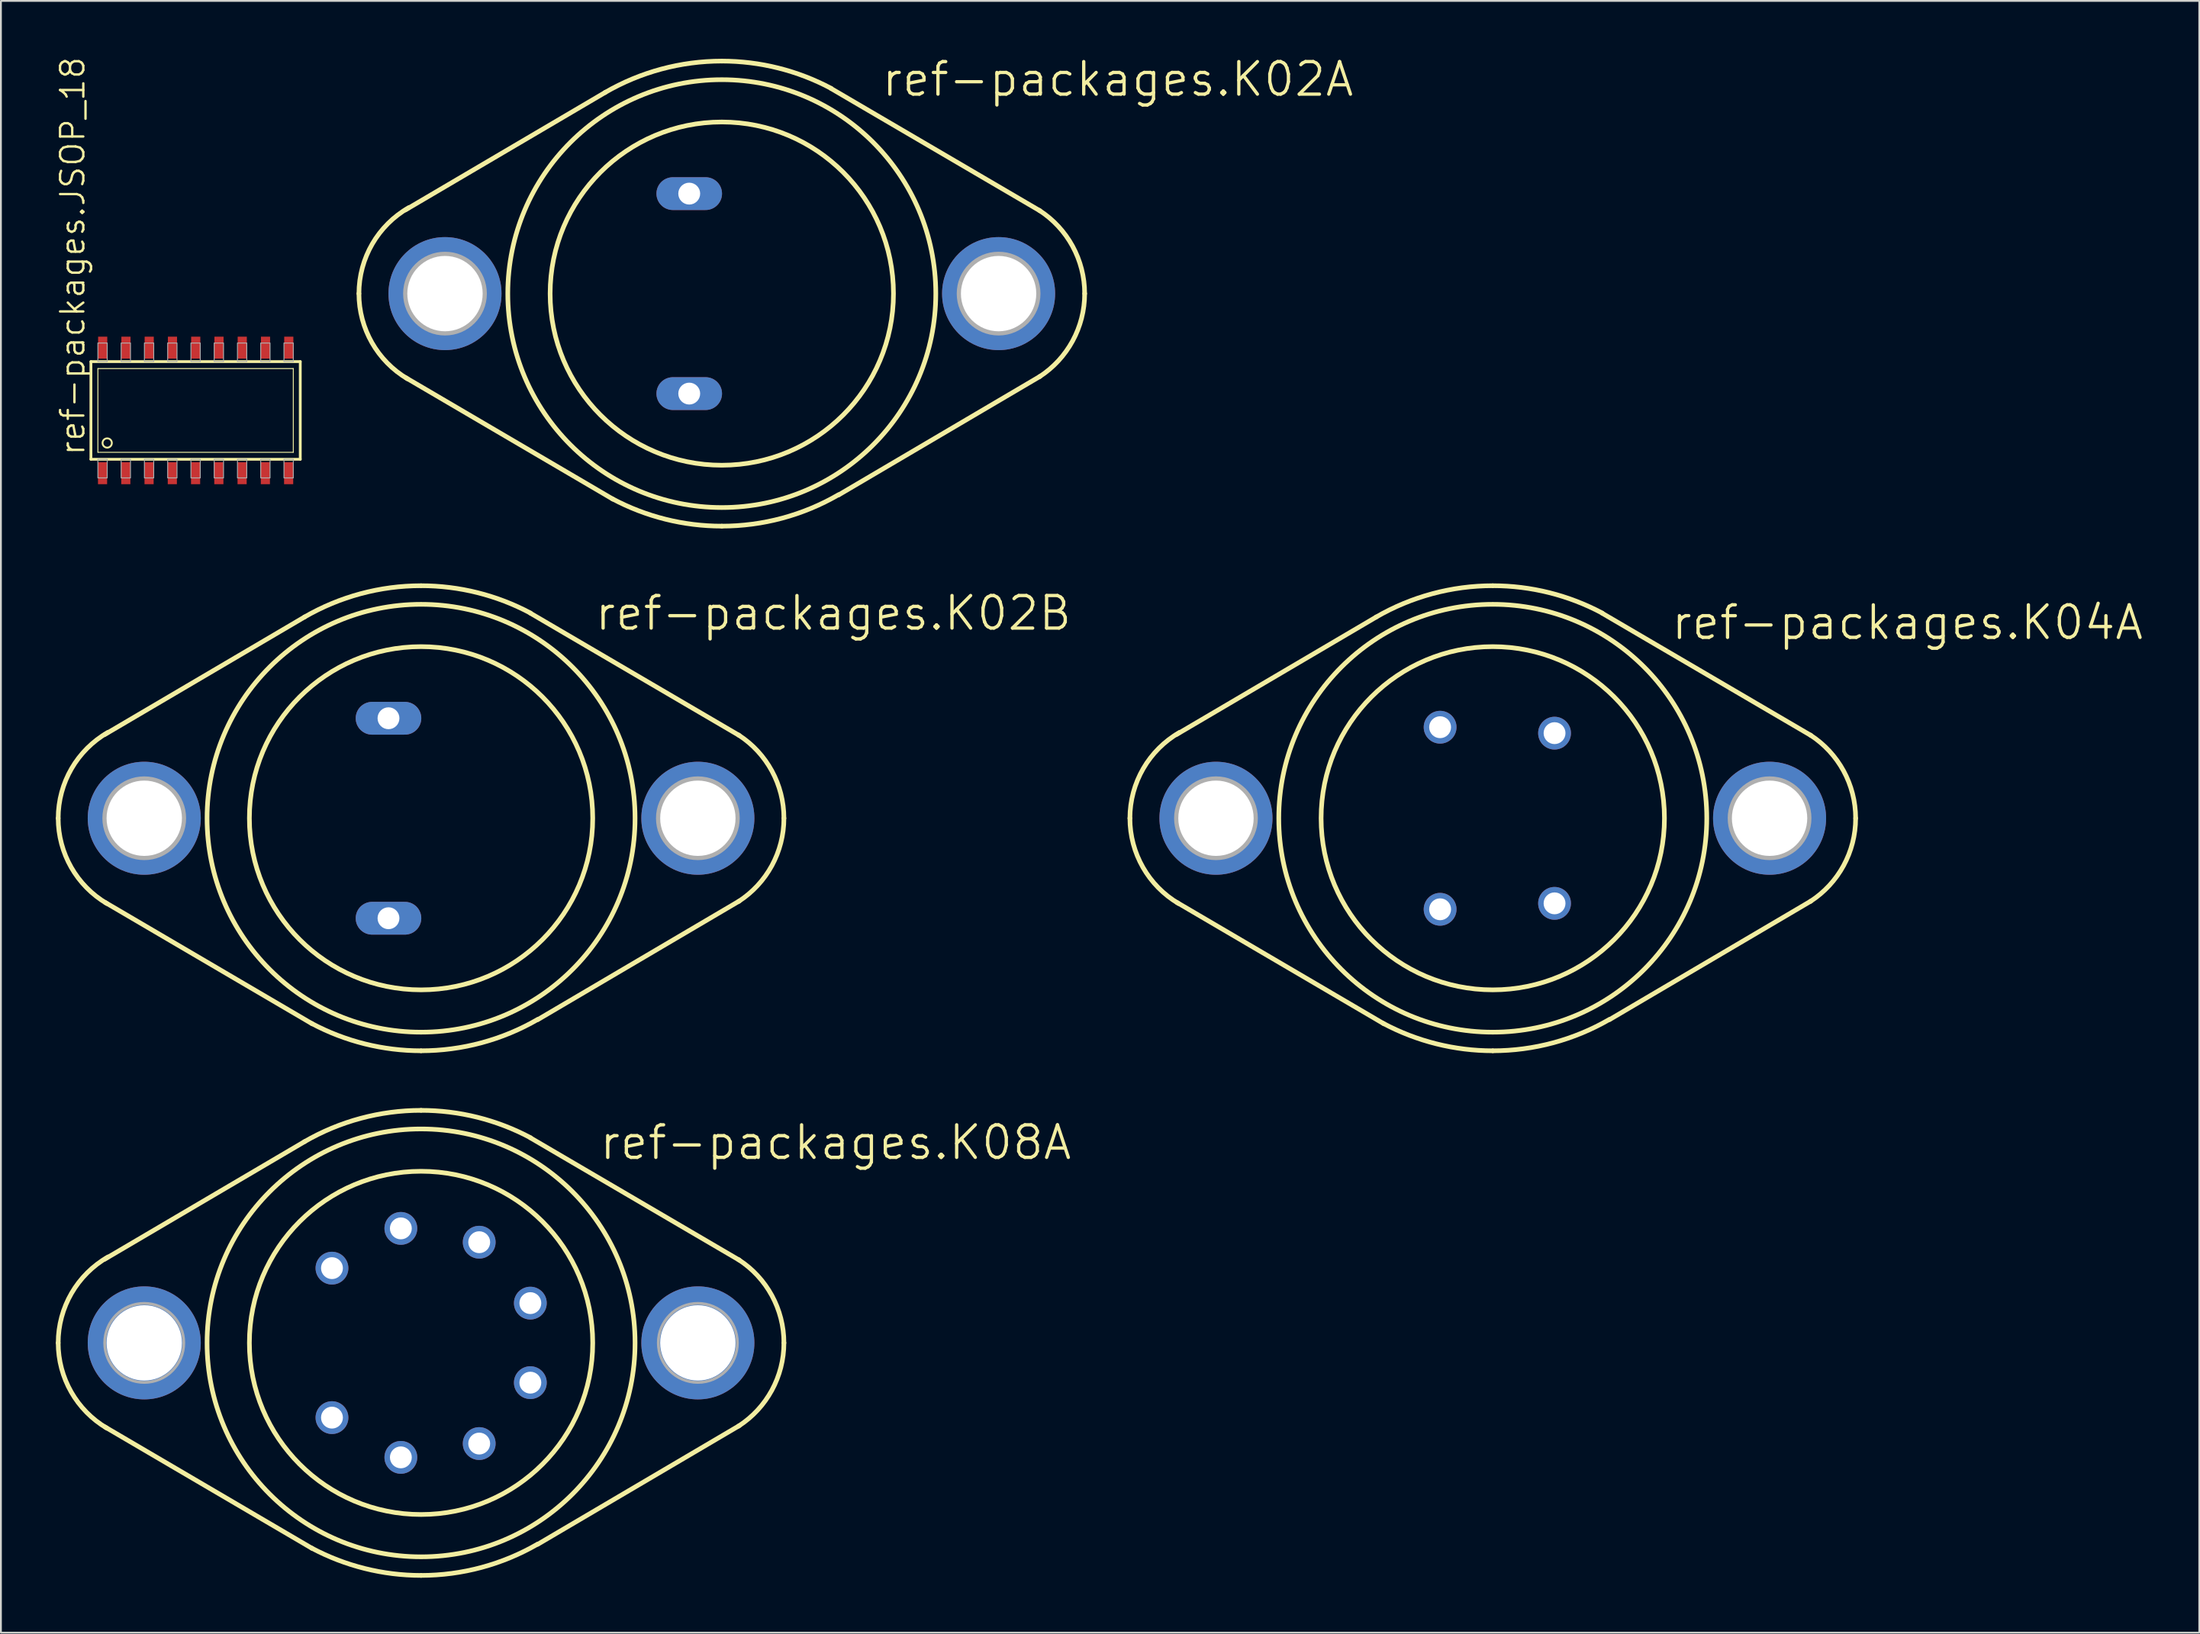
<source format=kicad_pcb>
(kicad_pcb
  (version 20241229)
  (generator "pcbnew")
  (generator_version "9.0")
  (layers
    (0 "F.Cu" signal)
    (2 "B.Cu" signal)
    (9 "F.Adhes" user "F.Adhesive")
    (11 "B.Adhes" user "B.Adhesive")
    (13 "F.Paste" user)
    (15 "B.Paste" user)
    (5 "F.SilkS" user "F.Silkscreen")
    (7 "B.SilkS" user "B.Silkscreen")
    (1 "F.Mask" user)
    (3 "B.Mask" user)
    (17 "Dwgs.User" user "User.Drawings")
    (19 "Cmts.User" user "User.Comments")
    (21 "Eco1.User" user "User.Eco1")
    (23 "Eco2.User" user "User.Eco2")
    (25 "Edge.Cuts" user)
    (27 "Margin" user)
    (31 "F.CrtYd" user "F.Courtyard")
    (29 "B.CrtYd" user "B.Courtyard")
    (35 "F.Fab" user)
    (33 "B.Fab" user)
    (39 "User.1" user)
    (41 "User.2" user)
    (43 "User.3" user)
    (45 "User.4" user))
  (footprint "ref-packages.K04A"
    (layer "F.Cu")
    (at 78.453 41.64)
    (property "Reference" "ref-packages.K04A" (at 9.652 -9.652 0) (layer "F.SilkS") (effects (font (size 1.778 1.778) (thickness 0.18)) (justify left bottom)))
    (attr through_hole)
    (fp_line (start -6.35 -10.998) (end -17.272 -4.572) (stroke (width 0.254) (type default)) (layer "F.SilkS"))
    (fp_line (start -5.944 11.227) (end -17.247 4.597) (stroke (width 0.254) (type default)) (layer "F.SilkS"))
    (fp_line (start 5.969 -11.201) (end 17.374 -4.521) (stroke (width 0.254) (type default)) (layer "F.SilkS"))
    (fp_line (start 6.375 10.998) (end 17.374 4.521) (stroke (width 0.254) (type default)) (layer "F.SilkS"))
    (fp_arc (start -19.812 0) (mid -19.08306 -2.712168) (end -17.0927 -4.6935) (stroke (width 0.254) (type default)) (layer "F.SilkS"))
    (fp_arc (start -17.1555 4.657) (mid -19.101186 2.680705) (end -19.812 0) (stroke (width 0.254) (type default)) (layer "F.SilkS"))
    (fp_arc (start -6.3718 -10.9859) (mid -3.299165 -12.263989) (end 0 -12.7) (stroke (width 0.254) (type default)) (layer "F.SilkS"))
    (fp_arc (start 0 -12.7) (mid 3.080216 -12.320822) (end 5.9765 -11.2059) (stroke (width 0.254) (type default)) (layer "F.SilkS"))
    (fp_arc (start 0 12.7) (mid -3.080216 12.320822) (end -5.9765 11.2059) (stroke (width 0.254) (type default)) (layer "F.SilkS"))
    (fp_arc (start 6.3718 10.9859) (mid 3.299165 12.263989) (end 0 12.7) (stroke (width 0.254) (type default)) (layer "F.SilkS"))
    (fp_arc (start 17.3366 -4.545) (mid 19.153012 -2.587691) (end 19.812 0) (stroke (width 0.254) (type default)) (layer "F.SilkS"))
    (fp_arc (start 19.812 0) (mid 19.153012 2.587691) (end 17.3366 4.545) (stroke (width 0.254) (type default)) (layer "F.SilkS"))
    (fp_circle (center 0 0) (end 9.373 0) (stroke (width 0.254) (type default)) (fill no) (layer "F.SilkS"))
    (fp_circle (center 0 0) (end 11.684 0) (stroke (width 0.254) (type default)) (fill no) (layer "F.SilkS"))
    (fp_circle (center -15.113 0) (end -12.954 0) (stroke (width 0.254) (type default)) (fill no) (layer "F.Fab"))
    (fp_circle (center 15.113 0) (end 17.272 0) (stroke (width 0.254) (type default)) (fill no) (layer "F.Fab"))
    (pad "1" thru_hole circle (at -2.875 4.972) (size 1.791 1.791) (drill 1.194) (layers "*.Cu" "*.Mask"))
    (pad "2" thru_hole circle (at 3.373 4.648) (size 1.791 1.791) (drill 1.194) (layers "*.Cu" "*.Mask"))
    (pad "3" thru_hole circle (at 3.373 -4.648) (size 1.791 1.791) (drill 1.194) (layers "*.Cu" "*.Mask"))
    (pad "4" thru_hole circle (at -2.875 -4.972) (size 1.791 1.791) (drill 1.194) (layers "*.Cu" "*.Mask"))
    (pad "5" thru_hole circle (at 15.113 0) (size 6.172 6.172) (drill 4.115) (layers "*.Cu" "*.Mask"))
    (pad "5/" thru_hole circle (at -15.113 0) (size 6.172 6.172) (drill 4.115) (layers "*.Cu" "*.Mask")))
  (footprint "ref-packages.JSOP_18"
    (layer "F.Cu")
    (at 7.629 19.367)
    (property "Reference" "ref-packages.JSOP_18" (at -5.969 2.54 90) (layer "F.SilkS") (effects (font (size 1.27 1.27) (thickness 0.13)) (justify left bottom)))
    (attr smd)
    (fp_line (start -5.715 -2.667) (end 5.715 -2.667) (stroke (width 0.152) (type default)) (layer "F.SilkS"))
    (fp_line (start -5.715 2.667) (end -5.715 -2.667) (stroke (width 0.152) (type default)) (layer "F.SilkS"))
    (fp_line (start -5.334 -2.286) (end 5.334 -2.286) (stroke (width 0.051) (type default)) (layer "F.SilkS"))
    (fp_line (start -5.334 2.286) (end -5.334 -2.286) (stroke (width 0.051) (type default)) (layer "F.SilkS"))
    (fp_line (start 5.334 -2.286) (end 5.334 2.286) (stroke (width 0.051) (type default)) (layer "F.SilkS"))
    (fp_line (start 5.334 2.286) (end -5.334 2.286) (stroke (width 0.051) (type default)) (layer "F.SilkS"))
    (fp_line (start 5.715 -2.667) (end 5.715 2.667) (stroke (width 0.152) (type default)) (layer "F.SilkS"))
    (fp_line (start 5.715 2.667) (end -5.715 2.667) (stroke (width 0.152) (type default)) (layer "F.SilkS"))
    (fp_circle (center -4.826 1.778) (end -4.572 1.778) (stroke (width 0.1) (type default)) (fill no) (layer "F.SilkS"))
    (fp_rect (start -5.334 -2.667) (end -4.826 -3.683) (stroke (width 0.05) (type default)) (fill no) (layer "F.Fab"))
    (fp_rect (start -5.334 3.683) (end -4.826 2.667) (stroke (width 0.05) (type default)) (fill no) (layer "F.Fab"))
    (fp_rect (start -4.064 -2.667) (end -3.556 -3.683) (stroke (width 0.05) (type default)) (fill no) (layer "F.Fab"))
    (fp_rect (start -4.064 3.683) (end -3.556 2.667) (stroke (width 0.05) (type default)) (fill no) (layer "F.Fab"))
    (fp_rect (start -2.794 -2.667) (end -2.286 -3.683) (stroke (width 0.05) (type default)) (fill no) (layer "F.Fab"))
    (fp_rect (start -2.794 3.683) (end -2.286 2.667) (stroke (width 0.05) (type default)) (fill no) (layer "F.Fab"))
    (fp_rect (start -1.524 -2.667) (end -1.016 -3.683) (stroke (width 0.05) (type default)) (fill no) (layer "F.Fab"))
    (fp_rect (start -1.524 3.683) (end -1.016 2.667) (stroke (width 0.05) (type default)) (fill no) (layer "F.Fab"))
    (fp_rect (start -0.254 -2.667) (end 0.254 -3.683) (stroke (width 0.05) (type default)) (fill no) (layer "F.Fab"))
    (fp_rect (start -0.254 3.683) (end 0.254 2.667) (stroke (width 0.05) (type default)) (fill no) (layer "F.Fab"))
    (fp_rect (start 1.016 -2.667) (end 1.524 -3.683) (stroke (width 0.05) (type default)) (fill no) (layer "F.Fab"))
    (fp_rect (start 1.016 3.683) (end 1.524 2.667) (stroke (width 0.05) (type default)) (fill no) (layer "F.Fab"))
    (fp_rect (start 2.286 -2.667) (end 2.794 -3.683) (stroke (width 0.05) (type default)) (fill no) (layer "F.Fab"))
    (fp_rect (start 2.286 3.683) (end 2.794 2.667) (stroke (width 0.05) (type default)) (fill no) (layer "F.Fab"))
    (fp_rect (start 3.556 -2.667) (end 4.064 -3.683) (stroke (width 0.05) (type default)) (fill no) (layer "F.Fab"))
    (fp_rect (start 3.556 3.683) (end 4.064 2.667) (stroke (width 0.05) (type default)) (fill no) (layer "F.Fab"))
    (fp_rect (start 4.826 -2.667) (end 5.334 -3.683) (stroke (width 0.05) (type default)) (fill no) (layer "F.Fab"))
    (fp_rect (start 4.826 3.683) (end 5.334 2.667) (stroke (width 0.05) (type default)) (fill no) (layer "F.Fab"))
    (pad "1" smd roundrect (at -5.08 3.429) (size 0.5 1.2) (layers "F.Cu" "F.Mask" "F.Paste") (roundrect_rratio 0.01))
    (pad "2" smd roundrect (at -3.81 3.429) (size 0.5 1.2) (layers "F.Cu" "F.Mask" "F.Paste") (roundrect_rratio 0.01))
    (pad "3" smd roundrect (at -2.54 3.429) (size 0.5 1.2) (layers "F.Cu" "F.Mask" "F.Paste") (roundrect_rratio 0.01))
    (pad "4" smd roundrect (at -1.27 3.429) (size 0.5 1.2) (layers "F.Cu" "F.Mask" "F.Paste") (roundrect_rratio 0.01))
    (pad "5" smd roundrect (at 0 3.429) (size 0.5 1.2) (layers "F.Cu" "F.Mask" "F.Paste") (roundrect_rratio 0.01))
    (pad "6" smd roundrect (at 1.27 3.429) (size 0.5 1.2) (layers "F.Cu" "F.Mask" "F.Paste") (roundrect_rratio 0.01))
    (pad "7" smd roundrect (at 2.54 3.429) (size 0.5 1.2) (layers "F.Cu" "F.Mask" "F.Paste") (roundrect_rratio 0.01))
    (pad "8" smd roundrect (at 3.81 3.429) (size 0.5 1.2) (layers "F.Cu" "F.Mask" "F.Paste") (roundrect_rratio 0.01))
    (pad "9" smd roundrect (at 5.08 3.429) (size 0.5 1.2) (layers "F.Cu" "F.Mask" "F.Paste") (roundrect_rratio 0.01))
    (pad "10" smd roundrect (at 5.088 -3.429) (size 0.5 1.2) (layers "F.Cu" "F.Mask" "F.Paste") (roundrect_rratio 0.01))
    (pad "11" smd roundrect (at 3.818 -3.429) (size 0.5 1.2) (layers "F.Cu" "F.Mask" "F.Paste") (roundrect_rratio 0.01))
    (pad "12" smd roundrect (at 2.548 -3.429) (size 0.5 1.2) (layers "F.Cu" "F.Mask" "F.Paste") (roundrect_rratio 0.01))
    (pad "13" smd roundrect (at 1.278 -3.429) (size 0.5 1.2) (layers "F.Cu" "F.Mask" "F.Paste") (roundrect_rratio 0.01))
    (pad "14" smd roundrect (at 0.008 -3.429) (size 0.5 1.2) (layers "F.Cu" "F.Mask" "F.Paste") (roundrect_rratio 0.01))
    (pad "15" smd roundrect (at -1.262 -3.429) (size 0.5 1.2) (layers "F.Cu" "F.Mask" "F.Paste") (roundrect_rratio 0.01))
    (pad "16" smd roundrect (at -2.532 -3.429) (size 0.5 1.2) (layers "F.Cu" "F.Mask" "F.Paste") (roundrect_rratio 0.01))
    (pad "17" smd roundrect (at -3.802 -3.429) (size 0.5 1.2) (layers "F.Cu" "F.Mask" "F.Paste") (roundrect_rratio 0.01))
    (pad "18" smd roundrect (at -5.072 -3.429) (size 0.5 1.2) (layers "F.Cu" "F.Mask" "F.Paste") (roundrect_rratio 0.01)))
  (footprint "ref-packages.K08A"
    (layer "F.Cu")
    (at 19.939 70.294)
    (property "Reference" "ref-packages.K08A" (at 9.652 -9.906 0) (layer "F.SilkS") (effects (font (size 1.778 1.778) (thickness 0.18)) (justify left bottom)))
    (attr through_hole)
    (fp_line (start -6.35 -10.998) (end -17.272 -4.572) (stroke (width 0.254) (type default)) (layer "F.SilkS"))
    (fp_line (start -5.944 11.227) (end -17.247 4.597) (stroke (width 0.254) (type default)) (layer "F.SilkS"))
    (fp_line (start 5.969 -11.201) (end 17.374 -4.521) (stroke (width 0.254) (type default)) (layer "F.SilkS"))
    (fp_line (start 6.375 10.998) (end 17.374 4.521) (stroke (width 0.254) (type default)) (layer "F.SilkS"))
    (fp_arc (start -19.812 0) (mid -19.08306 -2.712168) (end -17.0927 -4.6935) (stroke (width 0.254) (type default)) (layer "F.SilkS"))
    (fp_arc (start -17.1555 4.657) (mid -19.101186 2.680705) (end -19.812 0) (stroke (width 0.254) (type default)) (layer "F.SilkS"))
    (fp_arc (start -6.3718 -10.9859) (mid -3.299165 -12.263989) (end 0 -12.7) (stroke (width 0.254) (type default)) (layer "F.SilkS"))
    (fp_arc (start 0 -12.7) (mid 3.080216 -12.320822) (end 5.9765 -11.2059) (stroke (width 0.254) (type default)) (layer "F.SilkS"))
    (fp_arc (start 0 12.7) (mid -3.080216 12.320822) (end -5.9765 11.2059) (stroke (width 0.254) (type default)) (layer "F.SilkS"))
    (fp_arc (start 6.3718 10.9859) (mid 3.299165 12.263989) (end 0 12.7) (stroke (width 0.254) (type default)) (layer "F.SilkS"))
    (fp_arc (start 17.3366 -4.545) (mid 19.153012 -2.587691) (end 19.812 0) (stroke (width 0.254) (type default)) (layer "F.SilkS"))
    (fp_arc (start 19.812 0) (mid 19.153012 2.587691) (end 17.3366 4.545) (stroke (width 0.254) (type default)) (layer "F.SilkS"))
    (fp_circle (center 0 0) (end 9.373 0) (stroke (width 0.254) (type default)) (fill no) (layer "F.SilkS"))
    (fp_circle (center 0 0) (end 11.684 0) (stroke (width 0.254) (type default)) (fill no) (layer "F.SilkS"))
    (fp_circle (center -15.113 0) (end -12.954 0) (stroke (width 0.152) (type default)) (fill no) (layer "F.Fab"))
    (fp_circle (center 15.113 0) (end 17.272 0) (stroke (width 0.152) (type default)) (fill no) (layer "F.Fab"))
    (pad "1" thru_hole circle (at -4.864 4.082) (size 1.791 1.791) (drill 1.194) (layers "*.Cu" "*.Mask"))
    (pad "2" thru_hole circle (at -1.103 6.253) (size 1.791 1.791) (drill 1.194) (layers "*.Cu" "*.Mask"))
    (pad "3" thru_hole circle (at 3.175 5.499) (size 1.791 1.791) (drill 1.194) (layers "*.Cu" "*.Mask"))
    (pad "4" thru_hole circle (at 5.967 2.172) (size 1.791 1.791) (drill 1.194) (layers "*.Cu" "*.Mask"))
    (pad "5" thru_hole circle (at 5.967 -2.172) (size 1.791 1.791) (drill 1.194) (layers "*.Cu" "*.Mask"))
    (pad "6" thru_hole circle (at 3.175 -5.499) (size 1.791 1.791) (drill 1.194) (layers "*.Cu" "*.Mask"))
    (pad "7" thru_hole circle (at -1.103 -6.253) (size 1.791 1.791) (drill 1.194) (layers "*.Cu" "*.Mask"))
    (pad "8" thru_hole circle (at -4.864 -4.082) (size 1.791 1.791) (drill 1.194) (layers "*.Cu" "*.Mask"))
    (pad "C" thru_hole circle (at 15.113 0) (size 6.172 6.172) (drill 4.115) (layers "*.Cu" "*.Mask"))
    (pad "C/" thru_hole circle (at -15.113 0) (size 6.172 6.172) (drill 4.115) (layers "*.Cu" "*.Mask")))
  (footprint "ref-packages.K02A"
    (layer "F.Cu")
    (at 36.359 12.986)
    (property "Reference" "ref-packages.K02A" (at 8.636 -10.668 0) (layer "F.SilkS") (effects (font (size 1.778 1.778) (thickness 0.18)) (justify left bottom)))
    (attr through_hole)
    (fp_line (start -6.35 -10.998) (end -17.272 -4.572) (stroke (width 0.254) (type default)) (layer "F.SilkS"))
    (fp_line (start -5.944 11.227) (end -17.247 4.597) (stroke (width 0.254) (type default)) (layer "F.SilkS"))
    (fp_line (start 5.969 -11.201) (end 17.374 -4.521) (stroke (width 0.254) (type default)) (layer "F.SilkS"))
    (fp_line (start 6.375 10.998) (end 17.374 4.521) (stroke (width 0.254) (type default)) (layer "F.SilkS"))
    (fp_arc (start -19.812 0) (mid -19.08306 -2.712168) (end -17.0927 -4.6935) (stroke (width 0.254) (type default)) (layer "F.SilkS"))
    (fp_arc (start -17.1555 4.657) (mid -19.101186 2.680705) (end -19.812 0) (stroke (width 0.254) (type default)) (layer "F.SilkS"))
    (fp_arc (start -6.3718 -10.9859) (mid -3.299165 -12.263989) (end 0 -12.7) (stroke (width 0.254) (type default)) (layer "F.SilkS"))
    (fp_arc (start 0 -12.7) (mid 3.080216 -12.320822) (end 5.9765 -11.2059) (stroke (width 0.254) (type default)) (layer "F.SilkS"))
    (fp_arc (start 0 12.7) (mid -3.080216 12.320822) (end -5.9765 11.2059) (stroke (width 0.254) (type default)) (layer "F.SilkS"))
    (fp_arc (start 6.3718 10.9859) (mid 3.299165 12.263989) (end 0 12.7) (stroke (width 0.254) (type default)) (layer "F.SilkS"))
    (fp_arc (start 17.3366 -4.545) (mid 19.153012 -2.587691) (end 19.812 0) (stroke (width 0.254) (type default)) (layer "F.SilkS"))
    (fp_arc (start 19.812 0) (mid 19.153012 2.587691) (end 17.3366 4.545) (stroke (width 0.254) (type default)) (layer "F.SilkS"))
    (fp_circle (center 0 0) (end 9.373 0) (stroke (width 0.254) (type default)) (fill no) (layer "F.SilkS"))
    (fp_circle (center 0 0) (end 11.684 0) (stroke (width 0.254) (type default)) (fill no) (layer "F.SilkS"))
    (fp_circle (center -15.113 0) (end -12.954 0) (stroke (width 0.254) (type default)) (fill no) (layer "F.Fab"))
    (fp_circle (center 15.113 0) (end 17.272 0) (stroke (width 0.254) (type default)) (fill no) (layer "F.Fab"))
    (pad "1" thru_hole oval (at -1.778 -5.461) (size 3.581 1.791) (drill 1.194) (layers "*.Cu" "*.Mask"))
    (pad "2" thru_hole oval (at -1.778 5.461) (size 3.581 1.791) (drill 1.194) (layers "*.Cu" "*.Mask"))
    (pad "3" thru_hole circle (at 15.113 0) (size 6.172 6.172) (drill 4.115) (layers "*.Cu" "*.Mask"))
    (pad "3/" thru_hole circle (at -15.113 0) (size 6.172 6.172) (drill 4.115) (layers "*.Cu" "*.Mask")))
  (footprint "ref-packages.K02B"
    (layer "F.Cu")
    (at 19.939 41.64)
    (property "Reference" "ref-packages.K02B" (at 9.398 -10.16 0) (layer "F.SilkS") (effects (font (size 1.778 1.778) (thickness 0.18)) (justify left bottom)))
    (attr through_hole)
    (fp_line (start -6.35 -10.998) (end -17.272 -4.572) (stroke (width 0.254) (type default)) (layer "F.SilkS"))
    (fp_line (start -5.944 11.227) (end -17.247 4.597) (stroke (width 0.254) (type default)) (layer "F.SilkS"))
    (fp_line (start 5.969 -11.201) (end 17.374 -4.521) (stroke (width 0.254) (type default)) (layer "F.SilkS"))
    (fp_line (start 6.375 10.998) (end 17.374 4.521) (stroke (width 0.254) (type default)) (layer "F.SilkS"))
    (fp_arc (start -19.812 0) (mid -19.08306 -2.712168) (end -17.0927 -4.6935) (stroke (width 0.254) (type default)) (layer "F.SilkS"))
    (fp_arc (start -17.1555 4.657) (mid -19.101186 2.680705) (end -19.812 0) (stroke (width 0.254) (type default)) (layer "F.SilkS"))
    (fp_arc (start -6.3718 -10.9859) (mid -3.299165 -12.263989) (end 0 -12.7) (stroke (width 0.254) (type default)) (layer "F.SilkS"))
    (fp_arc (start 0 -12.7) (mid 3.080216 -12.320822) (end 5.9765 -11.2059) (stroke (width 0.254) (type default)) (layer "F.SilkS"))
    (fp_arc (start 0 12.7) (mid -3.080216 12.320822) (end -5.9765 11.2059) (stroke (width 0.254) (type default)) (layer "F.SilkS"))
    (fp_arc (start 6.3718 10.9859) (mid 3.299165 12.263989) (end 0 12.7) (stroke (width 0.254) (type default)) (layer "F.SilkS"))
    (fp_arc (start 17.3366 -4.545) (mid 19.153012 -2.587691) (end 19.812 0) (stroke (width 0.254) (type default)) (layer "F.SilkS"))
    (fp_arc (start 19.812 0) (mid 19.153012 2.587691) (end 17.3366 4.545) (stroke (width 0.254) (type default)) (layer "F.SilkS"))
    (fp_circle (center 0 0) (end 9.373 0) (stroke (width 0.254) (type default)) (fill no) (layer "F.SilkS"))
    (fp_circle (center 0 0) (end 11.684 0) (stroke (width 0.254) (type default)) (fill no) (layer "F.SilkS"))
    (fp_circle (center -15.113 0) (end -12.954 0) (stroke (width 0.254) (type default)) (fill no) (layer "F.Fab"))
    (fp_circle (center 15.113 0) (end 17.272 0) (stroke (width 0.254) (type default)) (fill no) (layer "F.Fab"))
    (pad "1" thru_hole oval (at -1.778 -5.461) (size 3.581 1.791) (drill 1.194) (layers "*.Cu" "*.Mask"))
    (pad "2" thru_hole oval (at -1.778 5.461) (size 3.581 1.791) (drill 1.194) (layers "*.Cu" "*.Mask"))
    (pad "3" thru_hole circle (at 15.113 0) (size 6.172 6.172) (drill 4.115) (layers "*.Cu" "*.Mask"))
    (pad "3/" thru_hole circle (at -15.113 0) (size 6.172 6.172) (drill 4.115) (layers "*.Cu" "*.Mask")))
  (gr_rect
    (start -3 -3)
    (end 117.028 86.121)
    (stroke (width 0.1) (type default))
    (fill no)
    (layer "Edge.Cuts")))
</source>
